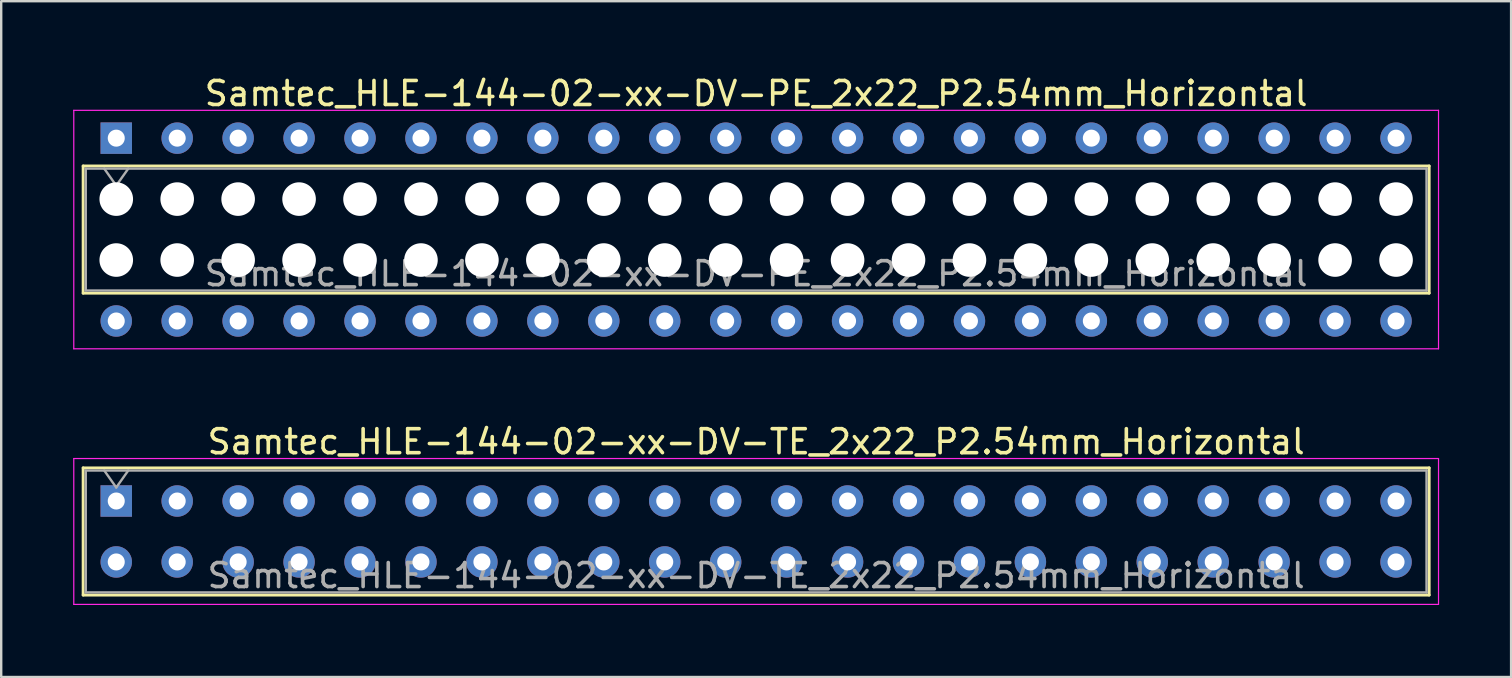
<source format=kicad_pcb>
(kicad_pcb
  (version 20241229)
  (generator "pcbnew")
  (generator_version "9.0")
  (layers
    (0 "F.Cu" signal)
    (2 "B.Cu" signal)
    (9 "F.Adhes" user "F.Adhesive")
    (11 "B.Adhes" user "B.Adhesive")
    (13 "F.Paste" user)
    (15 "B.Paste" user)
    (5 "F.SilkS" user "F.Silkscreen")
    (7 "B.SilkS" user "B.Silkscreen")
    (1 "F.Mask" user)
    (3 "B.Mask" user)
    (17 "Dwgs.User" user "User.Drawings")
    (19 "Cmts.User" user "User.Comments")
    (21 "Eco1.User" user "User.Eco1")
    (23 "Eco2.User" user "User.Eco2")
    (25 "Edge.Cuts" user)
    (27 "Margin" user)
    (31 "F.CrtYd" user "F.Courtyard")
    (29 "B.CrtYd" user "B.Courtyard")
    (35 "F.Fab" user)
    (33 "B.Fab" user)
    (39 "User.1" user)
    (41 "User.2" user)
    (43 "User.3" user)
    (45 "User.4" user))
  (footprint "Samtec_HLE-144-02-xx-DV-TE_2x22_P2.54mm_Horizontal"
    (layer "F.Cu")
    (at 1.795 17.831)
    (property "Reference" "Samtec_HLE-144-02-xx-DV-TE_2x22_P2.54mm_Horizontal" (at 26.67 -2.47 0) (layer "F.SilkS") (effects (font (size 1 1) (thickness 0.15))))
    (attr through_hole)
    (fp_line (start -1.38 -1.38) (end 54.72 -1.38) (stroke (width 0.12) (type solid)) (layer "F.SilkS"))
    (fp_line (start -1.38 3.92) (end -1.38 -1.38) (stroke (width 0.12) (type solid)) (layer "F.SilkS"))
    (fp_line (start 54.72 -1.38) (end 54.72 3.92) (stroke (width 0.12) (type solid)) (layer "F.SilkS"))
    (fp_line (start 54.72 3.92) (end -1.38 3.92) (stroke (width 0.12) (type solid)) (layer "F.SilkS"))
    (fp_line (start -1.77 -1.77) (end 55.11 -1.77) (stroke (width 0.05) (type solid)) (layer "F.CrtYd"))
    (fp_line (start -1.77 4.31) (end -1.77 -1.77) (stroke (width 0.05) (type solid)) (layer "F.CrtYd"))
    (fp_line (start 55.11 -1.77) (end 55.11 4.31) (stroke (width 0.05) (type solid)) (layer "F.CrtYd"))
    (fp_line (start 55.11 4.31) (end -1.77 4.31) (stroke (width 0.05) (type solid)) (layer "F.CrtYd"))
    (fp_line (start -1.27 -1.27) (end 54.61 -1.27) (stroke (width 0.1) (type solid)) (layer "F.Fab"))
    (fp_line (start -1.27 3.81) (end -1.27 -1.27) (stroke (width 0.1) (type solid)) (layer "F.Fab"))
    (fp_line (start -0.5 -1.27) (end 0 -0.563) (stroke (width 0.1) (type solid)) (layer "F.Fab"))
    (fp_line (start 0 -0.563) (end 0.5 -1.27) (stroke (width 0.1) (type solid)) (layer "F.Fab"))
    (fp_line (start 54.61 -1.27) (end 54.61 3.81) (stroke (width 0.1) (type solid)) (layer "F.Fab"))
    (fp_line (start 54.61 3.81) (end -1.27 3.81) (stroke (width 0.1) (type solid)) (layer "F.Fab"))
    (fp_text user "${REFERENCE}" (at 26.67 3.11 0) (layer "F.Fab") (effects (font (size 1 1) (thickness 0.15))))
    (pad "1" thru_hole rect (at 0 0) (size 1.31 1.31) (drill 0.71) (layers "*.Cu" "*.Mask"))
    (pad "2" thru_hole circle (at 0 2.54) (size 1.31 1.31) (drill 0.71) (layers "*.Cu" "*.Mask"))
    (pad "3" thru_hole circle (at 2.54 0) (size 1.31 1.31) (drill 0.71) (layers "*.Cu" "*.Mask"))
    (pad "4" thru_hole circle (at 2.54 2.54) (size 1.31 1.31) (drill 0.71) (layers "*.Cu" "*.Mask"))
    (pad "5" thru_hole circle (at 5.08 0) (size 1.31 1.31) (drill 0.71) (layers "*.Cu" "*.Mask"))
    (pad "6" thru_hole circle (at 5.08 2.54) (size 1.31 1.31) (drill 0.71) (layers "*.Cu" "*.Mask"))
    (pad "7" thru_hole circle (at 7.62 0) (size 1.31 1.31) (drill 0.71) (layers "*.Cu" "*.Mask"))
    (pad "8" thru_hole circle (at 7.62 2.54) (size 1.31 1.31) (drill 0.71) (layers "*.Cu" "*.Mask"))
    (pad "9" thru_hole circle (at 10.16 0) (size 1.31 1.31) (drill 0.71) (layers "*.Cu" "*.Mask"))
    (pad "10" thru_hole circle (at 10.16 2.54) (size 1.31 1.31) (drill 0.71) (layers "*.Cu" "*.Mask"))
    (pad "11" thru_hole circle (at 12.7 0) (size 1.31 1.31) (drill 0.71) (layers "*.Cu" "*.Mask"))
    (pad "12" thru_hole circle (at 12.7 2.54) (size 1.31 1.31) (drill 0.71) (layers "*.Cu" "*.Mask"))
    (pad "13" thru_hole circle (at 15.24 0) (size 1.31 1.31) (drill 0.71) (layers "*.Cu" "*.Mask"))
    (pad "14" thru_hole circle (at 15.24 2.54) (size 1.31 1.31) (drill 0.71) (layers "*.Cu" "*.Mask"))
    (pad "15" thru_hole circle (at 17.78 0) (size 1.31 1.31) (drill 0.71) (layers "*.Cu" "*.Mask"))
    (pad "16" thru_hole circle (at 17.78 2.54) (size 1.31 1.31) (drill 0.71) (layers "*.Cu" "*.Mask"))
    (pad "17" thru_hole circle (at 20.32 0) (size 1.31 1.31) (drill 0.71) (layers "*.Cu" "*.Mask"))
    (pad "18" thru_hole circle (at 20.32 2.54) (size 1.31 1.31) (drill 0.71) (layers "*.Cu" "*.Mask"))
    (pad "19" thru_hole circle (at 22.86 0) (size 1.31 1.31) (drill 0.71) (layers "*.Cu" "*.Mask"))
    (pad "20" thru_hole circle (at 22.86 2.54) (size 1.31 1.31) (drill 0.71) (layers "*.Cu" "*.Mask"))
    (pad "21" thru_hole circle (at 25.4 0) (size 1.31 1.31) (drill 0.71) (layers "*.Cu" "*.Mask"))
    (pad "22" thru_hole circle (at 25.4 2.54) (size 1.31 1.31) (drill 0.71) (layers "*.Cu" "*.Mask"))
    (pad "23" thru_hole circle (at 27.94 0) (size 1.31 1.31) (drill 0.71) (layers "*.Cu" "*.Mask"))
    (pad "24" thru_hole circle (at 27.94 2.54) (size 1.31 1.31) (drill 0.71) (layers "*.Cu" "*.Mask"))
    (pad "25" thru_hole circle (at 30.48 0) (size 1.31 1.31) (drill 0.71) (layers "*.Cu" "*.Mask"))
    (pad "26" thru_hole circle (at 30.48 2.54) (size 1.31 1.31) (drill 0.71) (layers "*.Cu" "*.Mask"))
    (pad "27" thru_hole circle (at 33.02 0) (size 1.31 1.31) (drill 0.71) (layers "*.Cu" "*.Mask"))
    (pad "28" thru_hole circle (at 33.02 2.54) (size 1.31 1.31) (drill 0.71) (layers "*.Cu" "*.Mask"))
    (pad "29" thru_hole circle (at 35.56 0) (size 1.31 1.31) (drill 0.71) (layers "*.Cu" "*.Mask"))
    (pad "30" thru_hole circle (at 35.56 2.54) (size 1.31 1.31) (drill 0.71) (layers "*.Cu" "*.Mask"))
    (pad "31" thru_hole circle (at 38.1 0) (size 1.31 1.31) (drill 0.71) (layers "*.Cu" "*.Mask"))
    (pad "32" thru_hole circle (at 38.1 2.54) (size 1.31 1.31) (drill 0.71) (layers "*.Cu" "*.Mask"))
    (pad "33" thru_hole circle (at 40.64 0) (size 1.31 1.31) (drill 0.71) (layers "*.Cu" "*.Mask"))
    (pad "34" thru_hole circle (at 40.64 2.54) (size 1.31 1.31) (drill 0.71) (layers "*.Cu" "*.Mask"))
    (pad "35" thru_hole circle (at 43.18 0) (size 1.31 1.31) (drill 0.71) (layers "*.Cu" "*.Mask"))
    (pad "36" thru_hole circle (at 43.18 2.54) (size 1.31 1.31) (drill 0.71) (layers "*.Cu" "*.Mask"))
    (pad "37" thru_hole circle (at 45.72 0) (size 1.31 1.31) (drill 0.71) (layers "*.Cu" "*.Mask"))
    (pad "38" thru_hole circle (at 45.72 2.54) (size 1.31 1.31) (drill 0.71) (layers "*.Cu" "*.Mask"))
    (pad "39" thru_hole circle (at 48.26 0) (size 1.31 1.31) (drill 0.71) (layers "*.Cu" "*.Mask"))
    (pad "40" thru_hole circle (at 48.26 2.54) (size 1.31 1.31) (drill 0.71) (layers "*.Cu" "*.Mask"))
    (pad "41" thru_hole circle (at 50.8 0) (size 1.31 1.31) (drill 0.71) (layers "*.Cu" "*.Mask"))
    (pad "42" thru_hole circle (at 50.8 2.54) (size 1.31 1.31) (drill 0.71) (layers "*.Cu" "*.Mask"))
    (pad "43" thru_hole circle (at 53.34 0) (size 1.31 1.31) (drill 0.71) (layers "*.Cu" "*.Mask"))
    (pad "44" thru_hole circle (at 53.34 2.54) (size 1.31 1.31) (drill 0.71) (layers "*.Cu" "*.Mask")))
  (footprint "Samtec_HLE-144-02-xx-DV-PE_2x22_P2.54mm_Horizontal"
    (layer "F.Cu")
    (at 1.795 2.708)
    (property "Reference" "Samtec_HLE-144-02-xx-DV-PE_2x22_P2.54mm_Horizontal" (at 26.67 -1.86 0) (layer "F.SilkS") (effects (font (size 1 1) (thickness 0.15))))
    (attr through_hole)
    (fp_line (start -1.38 1.16) (end 54.72 1.16) (stroke (width 0.12) (type solid)) (layer "F.SilkS"))
    (fp_line (start -1.38 6.46) (end -1.38 1.16) (stroke (width 0.12) (type solid)) (layer "F.SilkS"))
    (fp_line (start 54.72 1.16) (end 54.72 6.46) (stroke (width 0.12) (type solid)) (layer "F.SilkS"))
    (fp_line (start 54.72 6.46) (end -1.38 6.46) (stroke (width 0.12) (type solid)) (layer "F.SilkS"))
    (fp_line (start -1.77 -1.16) (end 55.11 -1.16) (stroke (width 0.05) (type solid)) (layer "F.CrtYd"))
    (fp_line (start -1.77 8.78) (end -1.77 -1.16) (stroke (width 0.05) (type solid)) (layer "F.CrtYd"))
    (fp_line (start 55.11 -1.16) (end 55.11 8.78) (stroke (width 0.05) (type solid)) (layer "F.CrtYd"))
    (fp_line (start 55.11 8.78) (end -1.77 8.78) (stroke (width 0.05) (type solid)) (layer "F.CrtYd"))
    (fp_line (start -1.27 1.27) (end 54.61 1.27) (stroke (width 0.1) (type solid)) (layer "F.Fab"))
    (fp_line (start -1.27 6.35) (end -1.27 1.27) (stroke (width 0.1) (type solid)) (layer "F.Fab"))
    (fp_line (start -0.5 1.27) (end 0 1.977) (stroke (width 0.1) (type solid)) (layer "F.Fab"))
    (fp_line (start 0 1.977) (end 0.5 1.27) (stroke (width 0.1) (type solid)) (layer "F.Fab"))
    (fp_line (start 54.61 1.27) (end 54.61 6.35) (stroke (width 0.1) (type solid)) (layer "F.Fab"))
    (fp_line (start 54.61 6.35) (end -1.27 6.35) (stroke (width 0.1) (type solid)) (layer "F.Fab"))
    (fp_text user "${REFERENCE}" (at 26.67 5.65 0) (layer "F.Fab") (effects (font (size 1 1) (thickness 0.15))))
    (pad "" np_thru_hole circle (at 0 2.54) (size 1.4 1.4) (drill 1.4) (layers "*.Cu" "*.Mask"))
    (pad "" np_thru_hole circle (at 0 5.08) (size 1.4 1.4) (drill 1.4) (layers "*.Cu" "*.Mask"))
    (pad "" np_thru_hole circle (at 2.54 2.54) (size 1.4 1.4) (drill 1.4) (layers "*.Cu" "*.Mask"))
    (pad "" np_thru_hole circle (at 2.54 5.08) (size 1.4 1.4) (drill 1.4) (layers "*.Cu" "*.Mask"))
    (pad "" np_thru_hole circle (at 5.08 2.54) (size 1.4 1.4) (drill 1.4) (layers "*.Cu" "*.Mask"))
    (pad "" np_thru_hole circle (at 5.08 5.08) (size 1.4 1.4) (drill 1.4) (layers "*.Cu" "*.Mask"))
    (pad "" np_thru_hole circle (at 7.62 2.54) (size 1.4 1.4) (drill 1.4) (layers "*.Cu" "*.Mask"))
    (pad "" np_thru_hole circle (at 7.62 5.08) (size 1.4 1.4) (drill 1.4) (layers "*.Cu" "*.Mask"))
    (pad "" np_thru_hole circle (at 10.16 2.54) (size 1.4 1.4) (drill 1.4) (layers "*.Cu" "*.Mask"))
    (pad "" np_thru_hole circle (at 10.16 5.08) (size 1.4 1.4) (drill 1.4) (layers "*.Cu" "*.Mask"))
    (pad "" np_thru_hole circle (at 12.7 2.54) (size 1.4 1.4) (drill 1.4) (layers "*.Cu" "*.Mask"))
    (pad "" np_thru_hole circle (at 12.7 5.08) (size 1.4 1.4) (drill 1.4) (layers "*.Cu" "*.Mask"))
    (pad "" np_thru_hole circle (at 15.24 2.54) (size 1.4 1.4) (drill 1.4) (layers "*.Cu" "*.Mask"))
    (pad "" np_thru_hole circle (at 15.24 5.08) (size 1.4 1.4) (drill 1.4) (layers "*.Cu" "*.Mask"))
    (pad "" np_thru_hole circle (at 17.78 2.54) (size 1.4 1.4) (drill 1.4) (layers "*.Cu" "*.Mask"))
    (pad "" np_thru_hole circle (at 17.78 5.08) (size 1.4 1.4) (drill 1.4) (layers "*.Cu" "*.Mask"))
    (pad "" np_thru_hole circle (at 20.32 2.54) (size 1.4 1.4) (drill 1.4) (layers "*.Cu" "*.Mask"))
    (pad "" np_thru_hole circle (at 20.32 5.08) (size 1.4 1.4) (drill 1.4) (layers "*.Cu" "*.Mask"))
    (pad "" np_thru_hole circle (at 22.86 2.54) (size 1.4 1.4) (drill 1.4) (layers "*.Cu" "*.Mask"))
    (pad "" np_thru_hole circle (at 22.86 5.08) (size 1.4 1.4) (drill 1.4) (layers "*.Cu" "*.Mask"))
    (pad "" np_thru_hole circle (at 25.4 2.54) (size 1.4 1.4) (drill 1.4) (layers "*.Cu" "*.Mask"))
    (pad "" np_thru_hole circle (at 25.4 5.08) (size 1.4 1.4) (drill 1.4) (layers "*.Cu" "*.Mask"))
    (pad "" np_thru_hole circle (at 27.94 2.54) (size 1.4 1.4) (drill 1.4) (layers "*.Cu" "*.Mask"))
    (pad "" np_thru_hole circle (at 27.94 5.08) (size 1.4 1.4) (drill 1.4) (layers "*.Cu" "*.Mask"))
    (pad "" np_thru_hole circle (at 30.48 2.54) (size 1.4 1.4) (drill 1.4) (layers "*.Cu" "*.Mask"))
    (pad "" np_thru_hole circle (at 30.48 5.08) (size 1.4 1.4) (drill 1.4) (layers "*.Cu" "*.Mask"))
    (pad "" np_thru_hole circle (at 33.02 2.54) (size 1.4 1.4) (drill 1.4) (layers "*.Cu" "*.Mask"))
    (pad "" np_thru_hole circle (at 33.02 5.08) (size 1.4 1.4) (drill 1.4) (layers "*.Cu" "*.Mask"))
    (pad "" np_thru_hole circle (at 35.56 2.54) (size 1.4 1.4) (drill 1.4) (layers "*.Cu" "*.Mask"))
    (pad "" np_thru_hole circle (at 35.56 5.08) (size 1.4 1.4) (drill 1.4) (layers "*.Cu" "*.Mask"))
    (pad "" np_thru_hole circle (at 38.1 2.54) (size 1.4 1.4) (drill 1.4) (layers "*.Cu" "*.Mask"))
    (pad "" np_thru_hole circle (at 38.1 5.08) (size 1.4 1.4) (drill 1.4) (layers "*.Cu" "*.Mask"))
    (pad "" np_thru_hole circle (at 40.64 2.54) (size 1.4 1.4) (drill 1.4) (layers "*.Cu" "*.Mask"))
    (pad "" np_thru_hole circle (at 40.64 5.08) (size 1.4 1.4) (drill 1.4) (layers "*.Cu" "*.Mask"))
    (pad "" np_thru_hole circle (at 43.18 2.54) (size 1.4 1.4) (drill 1.4) (layers "*.Cu" "*.Mask"))
    (pad "" np_thru_hole circle (at 43.18 5.08) (size 1.4 1.4) (drill 1.4) (layers "*.Cu" "*.Mask"))
    (pad "" np_thru_hole circle (at 45.72 2.54) (size 1.4 1.4) (drill 1.4) (layers "*.Cu" "*.Mask"))
    (pad "" np_thru_hole circle (at 45.72 5.08) (size 1.4 1.4) (drill 1.4) (layers "*.Cu" "*.Mask"))
    (pad "" np_thru_hole circle (at 48.26 2.54) (size 1.4 1.4) (drill 1.4) (layers "*.Cu" "*.Mask"))
    (pad "" np_thru_hole circle (at 48.26 5.08) (size 1.4 1.4) (drill 1.4) (layers "*.Cu" "*.Mask"))
    (pad "" np_thru_hole circle (at 50.8 2.54) (size 1.4 1.4) (drill 1.4) (layers "*.Cu" "*.Mask"))
    (pad "" np_thru_hole circle (at 50.8 5.08) (size 1.4 1.4) (drill 1.4) (layers "*.Cu" "*.Mask"))
    (pad "" np_thru_hole circle (at 53.34 2.54) (size 1.4 1.4) (drill 1.4) (layers "*.Cu" "*.Mask"))
    (pad "" np_thru_hole circle (at 53.34 5.08) (size 1.4 1.4) (drill 1.4) (layers "*.Cu" "*.Mask"))
    (pad "1" thru_hole rect (at 0 0) (size 1.31 1.31) (drill 0.71) (layers "*.Cu" "*.Mask"))
    (pad "2" thru_hole circle (at 0 7.62) (size 1.31 1.31) (drill 0.71) (layers "*.Cu" "*.Mask"))
    (pad "3" thru_hole circle (at 2.54 0) (size 1.31 1.31) (drill 0.71) (layers "*.Cu" "*.Mask"))
    (pad "4" thru_hole circle (at 2.54 7.62) (size 1.31 1.31) (drill 0.71) (layers "*.Cu" "*.Mask"))
    (pad "5" thru_hole circle (at 5.08 0) (size 1.31 1.31) (drill 0.71) (layers "*.Cu" "*.Mask"))
    (pad "6" thru_hole circle (at 5.08 7.62) (size 1.31 1.31) (drill 0.71) (layers "*.Cu" "*.Mask"))
    (pad "7" thru_hole circle (at 7.62 0) (size 1.31 1.31) (drill 0.71) (layers "*.Cu" "*.Mask"))
    (pad "8" thru_hole circle (at 7.62 7.62) (size 1.31 1.31) (drill 0.71) (layers "*.Cu" "*.Mask"))
    (pad "9" thru_hole circle (at 10.16 0) (size 1.31 1.31) (drill 0.71) (layers "*.Cu" "*.Mask"))
    (pad "10" thru_hole circle (at 10.16 7.62) (size 1.31 1.31) (drill 0.71) (layers "*.Cu" "*.Mask"))
    (pad "11" thru_hole circle (at 12.7 0) (size 1.31 1.31) (drill 0.71) (layers "*.Cu" "*.Mask"))
    (pad "12" thru_hole circle (at 12.7 7.62) (size 1.31 1.31) (drill 0.71) (layers "*.Cu" "*.Mask"))
    (pad "13" thru_hole circle (at 15.24 0) (size 1.31 1.31) (drill 0.71) (layers "*.Cu" "*.Mask"))
    (pad "14" thru_hole circle (at 15.24 7.62) (size 1.31 1.31) (drill 0.71) (layers "*.Cu" "*.Mask"))
    (pad "15" thru_hole circle (at 17.78 0) (size 1.31 1.31) (drill 0.71) (layers "*.Cu" "*.Mask"))
    (pad "16" thru_hole circle (at 17.78 7.62) (size 1.31 1.31) (drill 0.71) (layers "*.Cu" "*.Mask"))
    (pad "17" thru_hole circle (at 20.32 0) (size 1.31 1.31) (drill 0.71) (layers "*.Cu" "*.Mask"))
    (pad "18" thru_hole circle (at 20.32 7.62) (size 1.31 1.31) (drill 0.71) (layers "*.Cu" "*.Mask"))
    (pad "19" thru_hole circle (at 22.86 0) (size 1.31 1.31) (drill 0.71) (layers "*.Cu" "*.Mask"))
    (pad "20" thru_hole circle (at 22.86 7.62) (size 1.31 1.31) (drill 0.71) (layers "*.Cu" "*.Mask"))
    (pad "21" thru_hole circle (at 25.4 0) (size 1.31 1.31) (drill 0.71) (layers "*.Cu" "*.Mask"))
    (pad "22" thru_hole circle (at 25.4 7.62) (size 1.31 1.31) (drill 0.71) (layers "*.Cu" "*.Mask"))
    (pad "23" thru_hole circle (at 27.94 0) (size 1.31 1.31) (drill 0.71) (layers "*.Cu" "*.Mask"))
    (pad "24" thru_hole circle (at 27.94 7.62) (size 1.31 1.31) (drill 0.71) (layers "*.Cu" "*.Mask"))
    (pad "25" thru_hole circle (at 30.48 0) (size 1.31 1.31) (drill 0.71) (layers "*.Cu" "*.Mask"))
    (pad "26" thru_hole circle (at 30.48 7.62) (size 1.31 1.31) (drill 0.71) (layers "*.Cu" "*.Mask"))
    (pad "27" thru_hole circle (at 33.02 0) (size 1.31 1.31) (drill 0.71) (layers "*.Cu" "*.Mask"))
    (pad "28" thru_hole circle (at 33.02 7.62) (size 1.31 1.31) (drill 0.71) (layers "*.Cu" "*.Mask"))
    (pad "29" thru_hole circle (at 35.56 0) (size 1.31 1.31) (drill 0.71) (layers "*.Cu" "*.Mask"))
    (pad "30" thru_hole circle (at 35.56 7.62) (size 1.31 1.31) (drill 0.71) (layers "*.Cu" "*.Mask"))
    (pad "31" thru_hole circle (at 38.1 0) (size 1.31 1.31) (drill 0.71) (layers "*.Cu" "*.Mask"))
    (pad "32" thru_hole circle (at 38.1 7.62) (size 1.31 1.31) (drill 0.71) (layers "*.Cu" "*.Mask"))
    (pad "33" thru_hole circle (at 40.64 0) (size 1.31 1.31) (drill 0.71) (layers "*.Cu" "*.Mask"))
    (pad "34" thru_hole circle (at 40.64 7.62) (size 1.31 1.31) (drill 0.71) (layers "*.Cu" "*.Mask"))
    (pad "35" thru_hole circle (at 43.18 0) (size 1.31 1.31) (drill 0.71) (layers "*.Cu" "*.Mask"))
    (pad "36" thru_hole circle (at 43.18 7.62) (size 1.31 1.31) (drill 0.71) (layers "*.Cu" "*.Mask"))
    (pad "37" thru_hole circle (at 45.72 0) (size 1.31 1.31) (drill 0.71) (layers "*.Cu" "*.Mask"))
    (pad "38" thru_hole circle (at 45.72 7.62) (size 1.31 1.31) (drill 0.71) (layers "*.Cu" "*.Mask"))
    (pad "39" thru_hole circle (at 48.26 0) (size 1.31 1.31) (drill 0.71) (layers "*.Cu" "*.Mask"))
    (pad "40" thru_hole circle (at 48.26 7.62) (size 1.31 1.31) (drill 0.71) (layers "*.Cu" "*.Mask"))
    (pad "41" thru_hole circle (at 50.8 0) (size 1.31 1.31) (drill 0.71) (layers "*.Cu" "*.Mask"))
    (pad "42" thru_hole circle (at 50.8 7.62) (size 1.31 1.31) (drill 0.71) (layers "*.Cu" "*.Mask"))
    (pad "43" thru_hole circle (at 53.34 0) (size 1.31 1.31) (drill 0.71) (layers "*.Cu" "*.Mask"))
    (pad "44" thru_hole circle (at 53.34 7.62) (size 1.31 1.31) (drill 0.71) (layers "*.Cu" "*.Mask")))
  (gr_rect
    (start -3 -3)
    (end 59.93 25.166)
    (stroke (width 0.1) (type default))
    (fill no)
    (layer "Edge.Cuts")))
</source>
